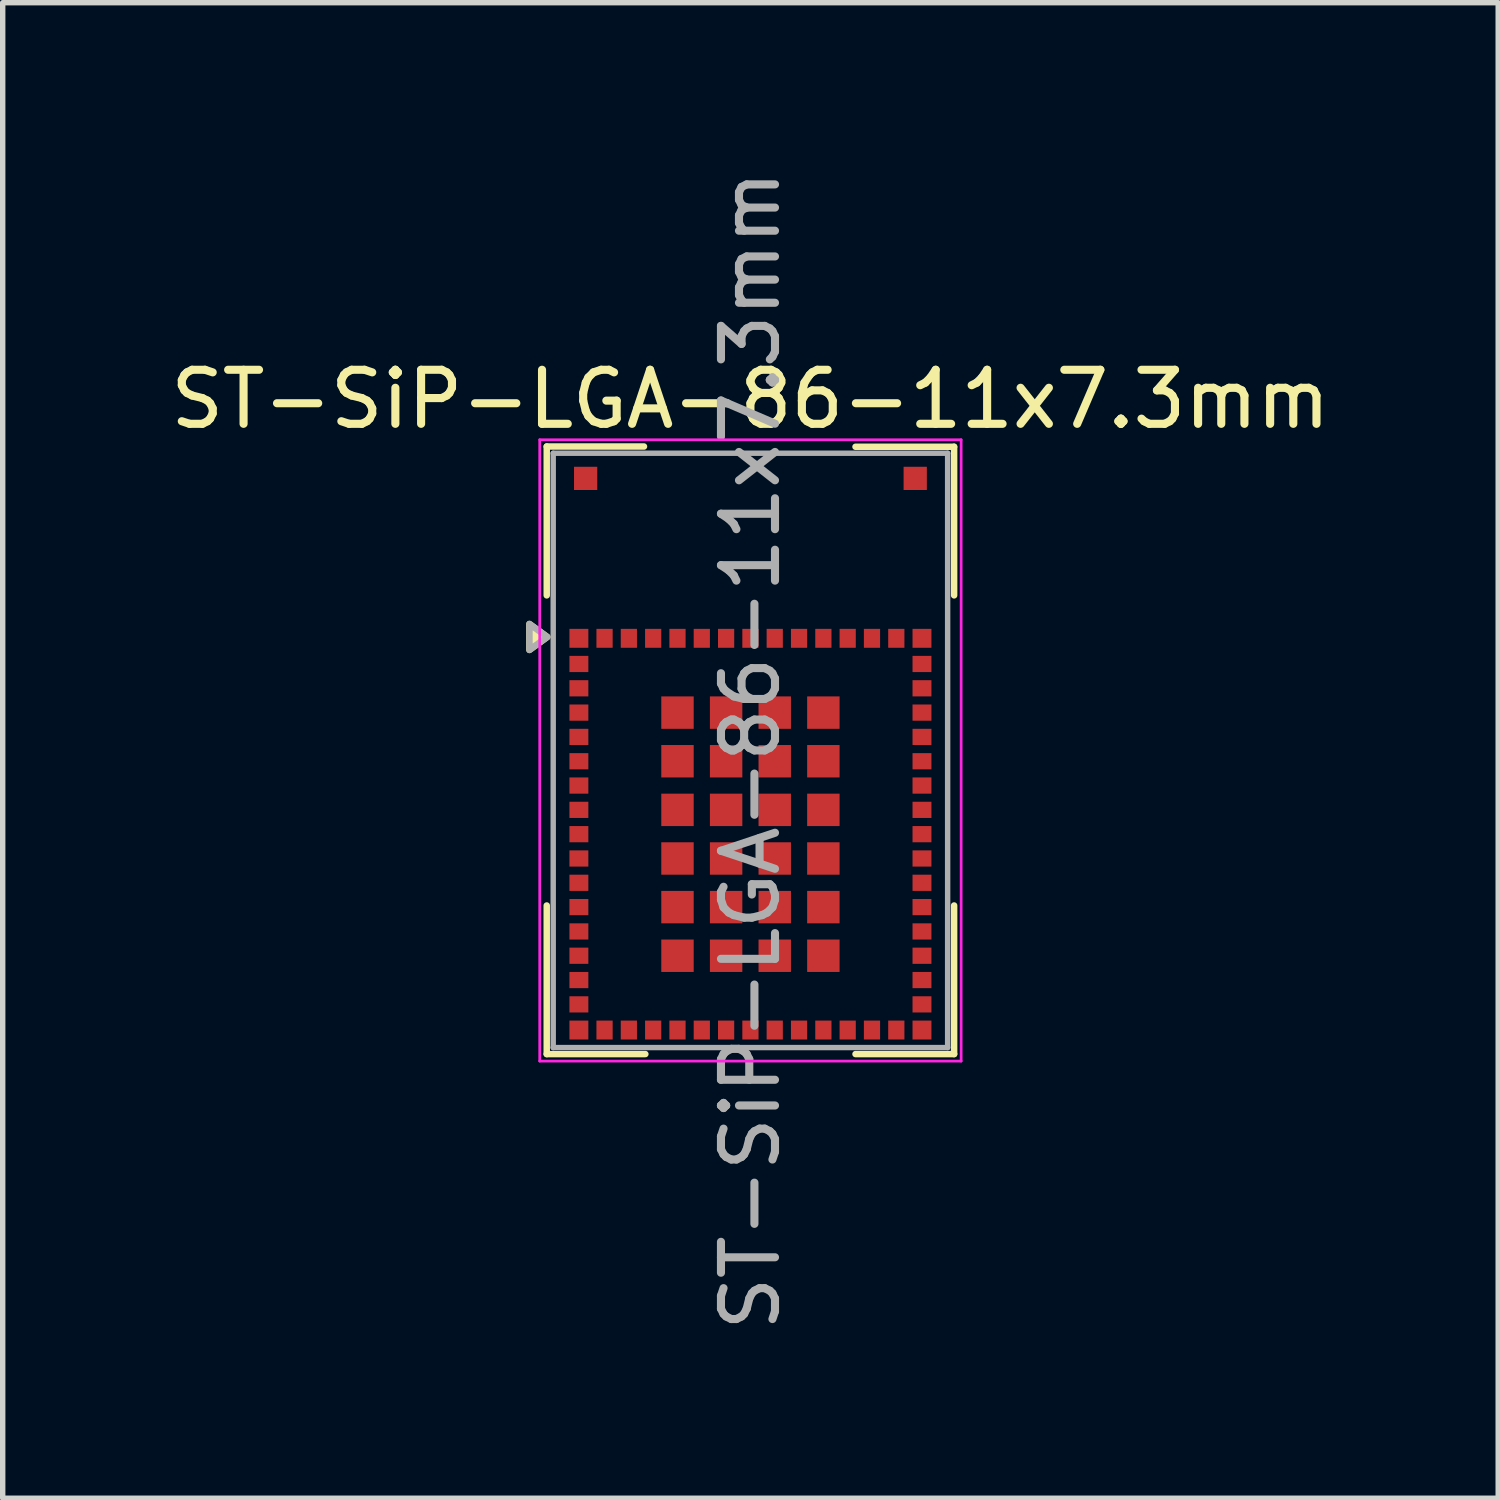
<source format=kicad_pcb>
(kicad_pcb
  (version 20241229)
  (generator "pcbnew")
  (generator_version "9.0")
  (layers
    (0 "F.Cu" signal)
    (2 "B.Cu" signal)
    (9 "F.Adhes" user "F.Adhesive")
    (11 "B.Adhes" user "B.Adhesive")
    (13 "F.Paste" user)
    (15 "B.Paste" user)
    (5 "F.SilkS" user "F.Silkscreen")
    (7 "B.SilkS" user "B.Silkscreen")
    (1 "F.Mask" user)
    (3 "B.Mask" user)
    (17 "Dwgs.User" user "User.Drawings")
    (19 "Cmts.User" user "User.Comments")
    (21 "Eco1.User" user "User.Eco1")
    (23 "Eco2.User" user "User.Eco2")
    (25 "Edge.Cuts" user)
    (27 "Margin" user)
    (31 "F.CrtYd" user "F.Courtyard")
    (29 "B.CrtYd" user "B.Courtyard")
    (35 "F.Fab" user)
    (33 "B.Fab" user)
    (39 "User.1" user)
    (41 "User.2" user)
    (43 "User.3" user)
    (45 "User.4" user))
  (footprint "ST-SiP-LGA-86-11x7.3mm"
    (layer "F.Cu")
    (at 10.839 10.839)
    (property "Reference" "ST-SiP-LGA-86-11x7.3mm" (at 0 -6.5 0) (layer "F.SilkS") (effects (font (size 1 1) (thickness 0.15))))
    (attr smd)
    (fp_line (start -3.77 -5.625) (end -3.77 -2.87) (stroke (width 0.12) (type solid)) (layer "F.SilkS"))
    (fp_line (start -3.77 5.62) (end -3.77 2.87) (stroke (width 0.12) (type solid)) (layer "F.SilkS"))
    (fp_line (start -1.97 -5.625) (end -3.77 -5.625) (stroke (width 0.12) (type solid)) (layer "F.SilkS"))
    (fp_line (start -1.945 5.62) (end -3.77 5.62) (stroke (width 0.12) (type solid)) (layer "F.SilkS"))
    (fp_line (start 1.945 -5.62) (end 3.77 -5.62) (stroke (width 0.12) (type solid)) (layer "F.SilkS"))
    (fp_line (start 1.945 5.62) (end 3.77 5.62) (stroke (width 0.12) (type solid)) (layer "F.SilkS"))
    (fp_line (start 3.77 -5.62) (end 3.77 -2.87) (stroke (width 0.12) (type solid)) (layer "F.SilkS"))
    (fp_line (start 3.77 5.62) (end 3.77 2.87) (stroke (width 0.12) (type solid)) (layer "F.SilkS"))
    (fp_poly (pts (xy -3.76 -2.1) (xy -4.09 -1.86) (xy -4.09 -2.34) (xy -3.76 -2.1)) (stroke (width 0.12) (type solid)) (fill yes) (layer "F.SilkS"))
    (fp_line (start -3.9 -5.75) (end 3.9 -5.75) (stroke (width 0.05) (type solid)) (layer "F.CrtYd"))
    (fp_line (start -3.9 5.75) (end -3.9 -5.75) (stroke (width 0.05) (type solid)) (layer "F.CrtYd"))
    (fp_line (start 3.9 -5.75) (end 3.9 5.75) (stroke (width 0.05) (type solid)) (layer "F.CrtYd"))
    (fp_line (start 3.9 5.75) (end -3.9 5.75) (stroke (width 0.05) (type solid)) (layer "F.CrtYd"))
    (fp_line (start -3.65 -5.5) (end -3.65 5.5) (stroke (width 0.1) (type solid)) (layer "F.Fab"))
    (fp_line (start -3.65 -5.5) (end 3.65 -5.5) (stroke (width 0.1) (type solid)) (layer "F.Fab"))
    (fp_line (start -3.65 5.5) (end 3.65 5.5) (stroke (width 0.1) (type solid)) (layer "F.Fab"))
    (fp_line (start 3.65 5.5) (end 3.65 -5.5) (stroke (width 0.1) (type solid)) (layer "F.Fab"))
    (fp_poly (pts (xy -3.76 -2.1) (xy -4.09 -1.86) (xy -4.09 -2.34) (xy -3.76 -2.1)) (stroke (width 0.12) (type solid)) (fill no) (layer "F.Fab"))
    (fp_text user "${REFERENCE}" (at 0 0 270) (layer "F.Fab") (effects (font (size 1 1) (thickness 0.15))))
    (pad "1" smd rect (at -3.175 -2.075) (size 0.35 0.35) (layers "F.Cu" "F.Mask" "F.Paste"))
    (pad "2" smd rect (at -3.175 -1.6) (size 0.35 0.3) (layers "F.Cu" "F.Mask" "F.Paste"))
    (pad "3" smd rect (at -3.175 -1.15) (size 0.35 0.3) (layers "F.Cu" "F.Mask" "F.Paste"))
    (pad "4" smd rect (at -3.175 -0.7) (size 0.35 0.3) (layers "F.Cu" "F.Mask" "F.Paste"))
    (pad "5" smd rect (at -3.175 -0.25) (size 0.35 0.3) (layers "F.Cu" "F.Mask" "F.Paste"))
    (pad "6" smd rect (at -3.175 0.2) (size 0.35 0.3) (layers "F.Cu" "F.Mask" "F.Paste"))
    (pad "7" smd rect (at -3.175 0.65) (size 0.35 0.3) (layers "F.Cu" "F.Mask" "F.Paste"))
    (pad "8" smd rect (at -3.175 1.1) (size 0.35 0.3) (layers "F.Cu" "F.Mask" "F.Paste"))
    (pad "9" smd rect (at -3.175 1.55) (size 0.35 0.3) (layers "F.Cu" "F.Mask" "F.Paste"))
    (pad "10" smd rect (at -3.175 2) (size 0.35 0.3) (layers "F.Cu" "F.Mask" "F.Paste"))
    (pad "11" smd rect (at -3.175 2.45) (size 0.35 0.3) (layers "F.Cu" "F.Mask" "F.Paste"))
    (pad "12" smd rect (at -3.175 2.9) (size 0.35 0.3) (layers "F.Cu" "F.Mask" "F.Paste"))
    (pad "13" smd rect (at -3.175 3.35) (size 0.35 0.3) (layers "F.Cu" "F.Mask" "F.Paste"))
    (pad "14" smd rect (at -3.175 3.8) (size 0.35 0.3) (layers "F.Cu" "F.Mask" "F.Paste"))
    (pad "15" smd rect (at -3.175 4.25) (size 0.35 0.3) (layers "F.Cu" "F.Mask" "F.Paste"))
    (pad "16" smd rect (at -3.175 4.7) (size 0.35 0.3) (layers "F.Cu" "F.Mask" "F.Paste"))
    (pad "17" smd rect (at -3.175 5.175) (size 0.35 0.35) (layers "F.Cu" "F.Mask" "F.Paste"))
    (pad "18" smd rect (at -2.7 5.175) (size 0.3 0.35) (layers "F.Cu" "F.Mask" "F.Paste"))
    (pad "19" smd rect (at -2.25 5.175) (size 0.3 0.35) (layers "F.Cu" "F.Mask" "F.Paste"))
    (pad "20" smd rect (at -1.8 5.175) (size 0.3 0.35) (layers "F.Cu" "F.Mask" "F.Paste"))
    (pad "21" smd rect (at -1.35 5.175) (size 0.3 0.35) (layers "F.Cu" "F.Mask" "F.Paste"))
    (pad "22" smd rect (at -0.9 5.175) (size 0.3 0.35) (layers "F.Cu" "F.Mask" "F.Paste"))
    (pad "23" smd rect (at -0.45 5.175) (size 0.3 0.35) (layers "F.Cu" "F.Mask" "F.Paste"))
    (pad "24" smd rect (at 0 5.175) (size 0.3 0.35) (layers "F.Cu" "F.Mask" "F.Paste"))
    (pad "25" smd rect (at 0.45 5.175) (size 0.3 0.35) (layers "F.Cu" "F.Mask" "F.Paste"))
    (pad "26" smd rect (at 0.9 5.175) (size 0.3 0.35) (layers "F.Cu" "F.Mask" "F.Paste"))
    (pad "27" smd rect (at 1.35 5.175) (size 0.3 0.35) (layers "F.Cu" "F.Mask" "F.Paste"))
    (pad "28" smd rect (at 1.8 5.175) (size 0.3 0.35) (layers "F.Cu" "F.Mask" "F.Paste"))
    (pad "29" smd rect (at 2.25 5.175) (size 0.3 0.35) (layers "F.Cu" "F.Mask" "F.Paste"))
    (pad "30" smd rect (at 2.7 5.175) (size 0.3 0.35) (layers "F.Cu" "F.Mask" "F.Paste"))
    (pad "31" smd rect (at 3.175 5.175) (size 0.35 0.35) (layers "F.Cu" "F.Mask" "F.Paste"))
    (pad "32" smd rect (at 3.175 4.7) (size 0.35 0.3) (layers "F.Cu" "F.Mask" "F.Paste"))
    (pad "33" smd rect (at 3.175 4.25) (size 0.35 0.3) (layers "F.Cu" "F.Mask" "F.Paste"))
    (pad "34" smd rect (at 3.175 3.8) (size 0.35 0.3) (layers "F.Cu" "F.Mask" "F.Paste"))
    (pad "35" smd rect (at 3.175 3.35) (size 0.35 0.3) (layers "F.Cu" "F.Mask" "F.Paste"))
    (pad "36" smd rect (at 3.175 2.9) (size 0.35 0.3) (layers "F.Cu" "F.Mask" "F.Paste"))
    (pad "37" smd rect (at 3.175 2.45) (size 0.35 0.3) (layers "F.Cu" "F.Mask" "F.Paste"))
    (pad "38" smd rect (at 3.175 2) (size 0.35 0.3) (layers "F.Cu" "F.Mask" "F.Paste"))
    (pad "39" smd rect (at 3.175 1.55) (size 0.35 0.3) (layers "F.Cu" "F.Mask" "F.Paste"))
    (pad "40" smd rect (at 3.175 1.1) (size 0.35 0.3) (layers "F.Cu" "F.Mask" "F.Paste"))
    (pad "41" smd rect (at 3.175 0.65) (size 0.35 0.3) (layers "F.Cu" "F.Mask" "F.Paste"))
    (pad "42" smd rect (at 3.175 0.2) (size 0.35 0.3) (layers "F.Cu" "F.Mask" "F.Paste"))
    (pad "43" smd rect (at 3.175 -0.25) (size 0.35 0.3) (layers "F.Cu" "F.Mask" "F.Paste"))
    (pad "44" smd rect (at 3.175 -0.7) (size 0.35 0.3) (layers "F.Cu" "F.Mask" "F.Paste"))
    (pad "45" smd rect (at 3.175 -1.15) (size 0.35 0.3) (layers "F.Cu" "F.Mask" "F.Paste"))
    (pad "46" smd rect (at 3.175 -1.6) (size 0.35 0.3) (layers "F.Cu" "F.Mask" "F.Paste"))
    (pad "47" smd rect (at 3.175 -2.075) (size 0.35 0.35) (layers "F.Cu" "F.Mask" "F.Paste"))
    (pad "48" smd rect (at 2.7 -2.075) (size 0.3 0.35) (layers "F.Cu" "F.Mask" "F.Paste"))
    (pad "49" smd rect (at 2.25 -2.075) (size 0.3 0.35) (layers "F.Cu" "F.Mask" "F.Paste"))
    (pad "50" smd rect (at 1.8 -2.075) (size 0.3 0.35) (layers "F.Cu" "F.Mask" "F.Paste"))
    (pad "51" smd rect (at 1.35 -2.075) (size 0.3 0.35) (layers "F.Cu" "F.Mask" "F.Paste"))
    (pad "52" smd rect (at 0.9 -2.075) (size 0.3 0.35) (layers "F.Cu" "F.Mask" "F.Paste"))
    (pad "53" smd rect (at 0.45 -2.075) (size 0.3 0.35) (layers "F.Cu" "F.Mask" "F.Paste"))
    (pad "54" smd rect (at 0 -2.075) (size 0.3 0.35) (layers "F.Cu" "F.Mask" "F.Paste"))
    (pad "55" smd rect (at -0.45 -2.075) (size 0.3 0.35) (layers "F.Cu" "F.Mask" "F.Paste"))
    (pad "56" smd rect (at -0.9 -2.075) (size 0.3 0.35) (layers "F.Cu" "F.Mask" "F.Paste"))
    (pad "57" smd rect (at -1.35 -2.075) (size 0.3 0.35) (layers "F.Cu" "F.Mask" "F.Paste"))
    (pad "58" smd rect (at -1.8 -2.075) (size 0.3 0.35) (layers "F.Cu" "F.Mask" "F.Paste"))
    (pad "59" smd rect (at -2.25 -2.075) (size 0.3 0.35) (layers "F.Cu" "F.Mask" "F.Paste"))
    (pad "60" smd rect (at -2.7 -2.075) (size 0.3 0.35) (layers "F.Cu" "F.Mask" "F.Paste"))
    (pad "61" smd rect (at -1.35 -0.7) (size 0.6 0.6) (layers "F.Cu" "F.Mask" "F.Paste"))
    (pad "62" smd rect (at -1.35 0.2) (size 0.6 0.6) (layers "F.Cu" "F.Mask" "F.Paste"))
    (pad "63" smd rect (at -1.35 1.1) (size 0.6 0.6) (layers "F.Cu" "F.Mask" "F.Paste"))
    (pad "64" smd rect (at -1.35 2) (size 0.6 0.6) (layers "F.Cu" "F.Mask" "F.Paste"))
    (pad "65" smd rect (at -1.35 2.9) (size 0.6 0.6) (layers "F.Cu" "F.Mask" "F.Paste"))
    (pad "66" smd rect (at -1.35 3.8) (size 0.6 0.6) (layers "F.Cu" "F.Mask" "F.Paste"))
    (pad "67" smd rect (at -0.45 3.8) (size 0.6 0.6) (layers "F.Cu" "F.Mask" "F.Paste"))
    (pad "68" smd rect (at 0.45 3.8) (size 0.6 0.6) (layers "F.Cu" "F.Mask" "F.Paste"))
    (pad "69" smd rect (at 1.35 3.8) (size 0.6 0.6) (layers "F.Cu" "F.Mask" "F.Paste"))
    (pad "70" smd rect (at 1.35 2.9) (size 0.6 0.6) (layers "F.Cu" "F.Mask" "F.Paste"))
    (pad "71" smd rect (at 1.35 2) (size 0.6 0.6) (layers "F.Cu" "F.Mask" "F.Paste"))
    (pad "72" smd rect (at 1.35 1.1) (size 0.6 0.6) (layers "F.Cu" "F.Mask" "F.Paste"))
    (pad "73" smd rect (at 1.35 0.2) (size 0.6 0.6) (layers "F.Cu" "F.Mask" "F.Paste"))
    (pad "74" smd rect (at 1.35 -0.7) (size 0.6 0.6) (layers "F.Cu" "F.Mask" "F.Paste"))
    (pad "75" smd rect (at 0.45 -0.7) (size 0.6 0.6) (layers "F.Cu" "F.Mask" "F.Paste"))
    (pad "76" smd rect (at -0.45 -0.7) (size 0.6 0.6) (layers "F.Cu" "F.Mask" "F.Paste"))
    (pad "77" smd rect (at -0.45 0.2) (size 0.6 0.6) (layers "F.Cu" "F.Mask" "F.Paste"))
    (pad "78" smd rect (at -0.45 1.1) (size 0.6 0.6) (layers "F.Cu" "F.Mask" "F.Paste"))
    (pad "79" smd rect (at -0.45 2) (size 0.6 0.6) (layers "F.Cu" "F.Mask" "F.Paste"))
    (pad "80" smd rect (at -0.45 2.9) (size 0.6 0.6) (layers "F.Cu" "F.Mask" "F.Paste"))
    (pad "81" smd rect (at 0.45 2.9) (size 0.6 0.6) (layers "F.Cu" "F.Mask" "F.Paste"))
    (pad "82" smd rect (at 0.45 2) (size 0.6 0.6) (layers "F.Cu" "F.Mask" "F.Paste"))
    (pad "83" smd rect (at 0.45 1.1) (size 0.6 0.6) (layers "F.Cu" "F.Mask" "F.Paste"))
    (pad "84" smd rect (at 0.45 0.2) (size 0.6 0.6) (layers "F.Cu" "F.Mask" "F.Paste"))
    (pad "85" smd rect (at -3.05 -5.035) (size 0.43 0.43) (layers "F.Cu" "F.Mask" "F.Paste"))
    (pad "86" smd rect (at 3.05 -5.035) (size 0.43 0.43) (layers "F.Cu" "F.Mask" "F.Paste"))
    (zone (net_name "") (layers "F.Cu" "B.Cu") (hatch full 0.508) (connect_pads) (min_thickness 0.254) (filled_areas_thickness no) (keepout (tracks not_allowed) (vias not_allowed) (pads allowed) (copperpour not_allowed) (footprints not_allowed)) (placement (enabled no)) (fill) (polygon (pts (xy 13.489 7.839) (xy 5.889 7.839) (xy 5.889 4.339) (xy 13.489 4.339)))))
  (gr_rect
    (start -3 -3)
    (end 24.679 24.679)
    (stroke (width 0.1) (type default))
    (fill no)
    (layer "Edge.Cuts")))
</source>
